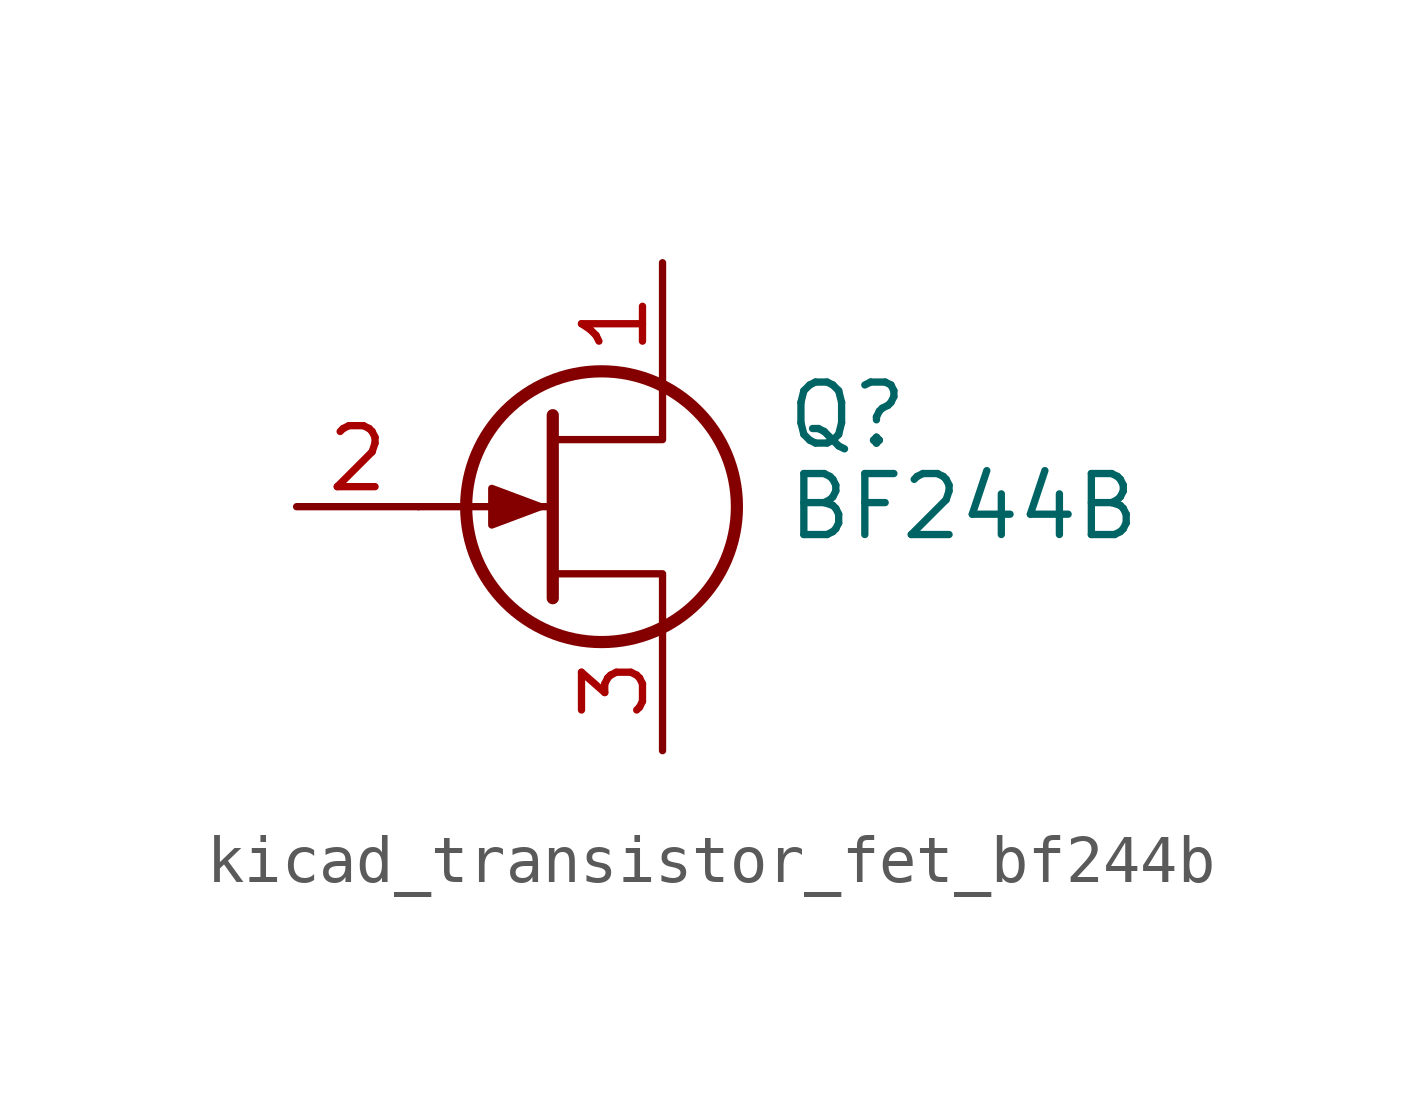
<source format=kicad_sym>
(kicad_symbol_lib
  (version 20220914)
  (generator kicad_symbol_editor)
  (symbol "kicad_transistor_fet_bf244b"
    (pin_names hide)
    (property "Reference" "Q"
      (at 5.08 1.905 0)
      (effects (font (size 1.27 1.27)) (justify left)))
    (property "Value" "BF244B"
      (at 5.08 0 0)
      (effects (font (size 1.27 1.27)) (justify left)))
    (symbol "kicad_transistor_fet_bf244b_0_1"
      (polyline (pts (xy 0.254 0) (xy -2.54 0)) (stroke (width 0) (type default)) (fill (type none)))
      (polyline (pts (xy 0.254 1.905) (xy 0.254 -1.905)) (stroke (width 0.254) (type default)) (fill (type none)))
      (polyline (pts (xy 2.54 -2.54) (xy 2.54 -1.397) (xy 0.254 -1.397)) (stroke (width 0) (type default)) (fill (type none)))
      (polyline (pts (xy 2.54 2.54) (xy 2.54 1.397) (xy 0.254 1.397)) (stroke (width 0) (type default)) (fill (type none)))
      (polyline (pts (xy 0 0) (xy -1.016 0.381) (xy -1.016 -0.381) (xy 0 0)) (stroke (width 0) (type default)) (fill (type outline)))
      (circle (center 1.27 0) (radius 2.819) (stroke (width 0.254) (type default)) (fill (type none))))
    (symbol "kicad_transistor_fet_bf244b_1_1"
      (pin passive line (at 2.54 5.08 270) (length 2.54) (name "D" (effects (font (size 1.27 1.27)))) (number "1" (effects (font (size 1.27 1.27)))))
      (pin input line (at -5.08 0 0) (length 2.54) (name "G" (effects (font (size 1.27 1.27)))) (number "2" (effects (font (size 1.27 1.27)))))
      (pin passive line (at 2.54 -5.08 90) (length 2.54) (name "S" (effects (font (size 1.27 1.27)))) (number "3" (effects (font (size 1.27 1.27))))))))
</source>
